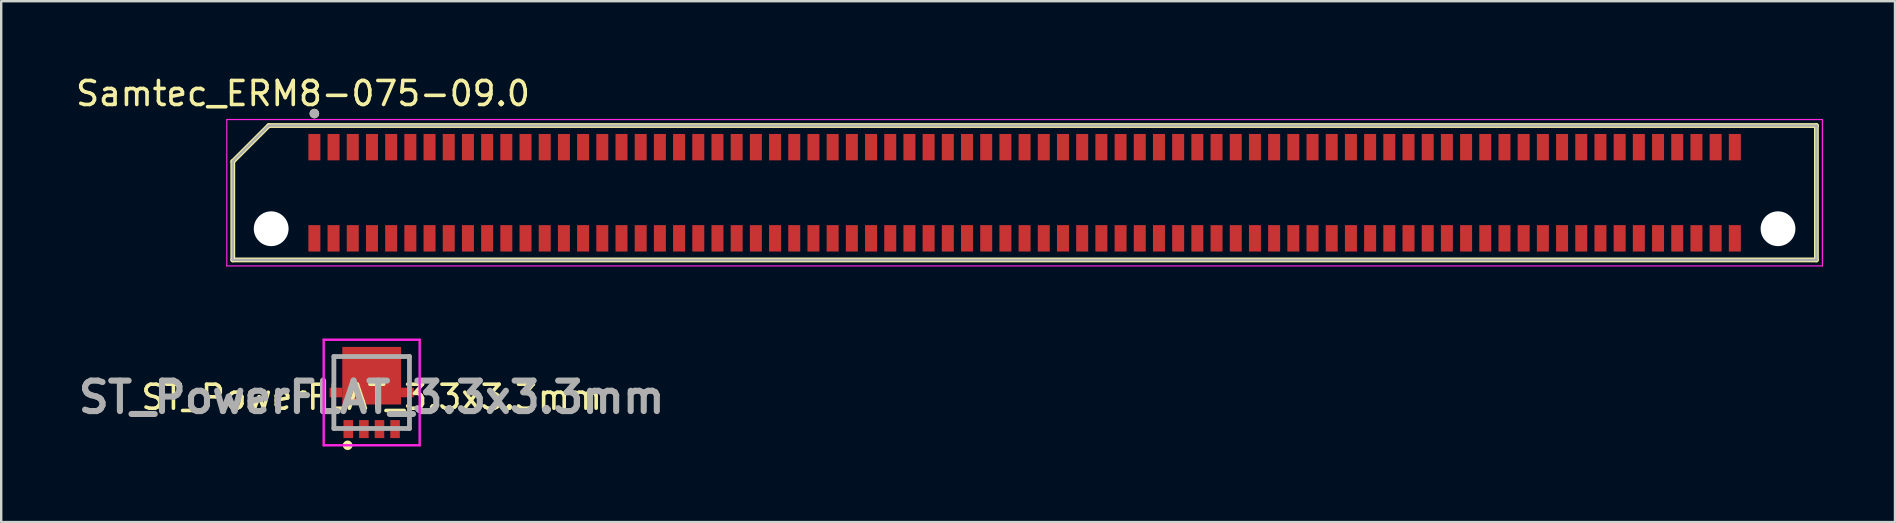
<source format=kicad_pcb>
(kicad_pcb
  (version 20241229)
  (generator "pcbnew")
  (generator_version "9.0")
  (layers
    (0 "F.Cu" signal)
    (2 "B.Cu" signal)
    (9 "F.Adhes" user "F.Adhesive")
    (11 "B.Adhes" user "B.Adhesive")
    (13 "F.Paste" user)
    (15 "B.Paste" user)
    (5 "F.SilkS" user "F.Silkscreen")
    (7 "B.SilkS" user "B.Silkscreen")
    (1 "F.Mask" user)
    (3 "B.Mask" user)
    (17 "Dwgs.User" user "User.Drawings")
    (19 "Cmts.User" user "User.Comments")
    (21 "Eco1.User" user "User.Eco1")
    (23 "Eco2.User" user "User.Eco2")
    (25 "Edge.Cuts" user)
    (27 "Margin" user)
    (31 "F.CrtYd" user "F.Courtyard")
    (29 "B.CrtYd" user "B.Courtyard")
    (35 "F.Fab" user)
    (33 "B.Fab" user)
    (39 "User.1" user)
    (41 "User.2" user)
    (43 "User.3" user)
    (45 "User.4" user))
  (footprint "ST_PowerFLAT_3.3x3.3mm"
    (layer "F.Cu")
    (at 12.44 13.308)
    (property "Reference" "ST_PowerFLAT_3.3x3.3mm" (at 0 0.2 0) (layer "F.SilkS") (effects (font (size 1 1) (thickness 0.15))))
    (attr smd)
    (fp_line (start -1.575 -1.5) (end -1.575 -0.4) (stroke (width 0.1) (type solid)) (layer "F.SilkS"))
    (fp_line (start -1.575 0.4) (end -1.575 1.5) (stroke (width 0.1) (type solid)) (layer "F.SilkS"))
    (fp_line (start -1.575 1.5) (end -1.4 1.5) (stroke (width 0.1) (type solid)) (layer "F.SilkS"))
    (fp_line (start -1.4 -1.5) (end -1.575 -1.5) (stroke (width 0.1) (type solid)) (layer "F.SilkS"))
    (fp_line (start -1.1 2.2) (end -1.1 2.2) (stroke (width 0.2) (type solid)) (layer "F.SilkS"))
    (fp_line (start -0.9 2.2) (end -0.9 2.2) (stroke (width 0.2) (type solid)) (layer "F.SilkS"))
    (fp_line (start 1.4 -1.5) (end 1.575 -1.5) (stroke (width 0.1) (type solid)) (layer "F.SilkS"))
    (fp_line (start 1.575 -1.5) (end 1.575 -0.4) (stroke (width 0.1) (type solid)) (layer "F.SilkS"))
    (fp_line (start 1.575 0.4) (end 1.575 1.5) (stroke (width 0.1) (type solid)) (layer "F.SilkS"))
    (fp_line (start 1.575 1.5) (end 1.4 1.5) (stroke (width 0.1) (type solid)) (layer "F.SilkS"))
    (fp_arc (start -1.1 2.2) (mid -1 2.1) (end -0.9 2.2) (stroke (width 0.2) (type solid)) (layer "F.SilkS"))
    (fp_arc (start -0.9 2.2) (mid -1 2.3) (end -1.1 2.2) (stroke (width 0.2) (type solid)) (layer "F.SilkS"))
    (fp_line (start -2 -2.2) (end 2 -2.2) (stroke (width 0.1) (type solid)) (layer "F.CrtYd"))
    (fp_line (start -2 2.2) (end -2 -2.2) (stroke (width 0.1) (type solid)) (layer "F.CrtYd"))
    (fp_line (start 2 -2.2) (end 2 2.2) (stroke (width 0.1) (type solid)) (layer "F.CrtYd"))
    (fp_line (start 2 2.2) (end -2 2.2) (stroke (width 0.1) (type solid)) (layer "F.CrtYd"))
    (fp_line (start -1.575 -1.5) (end 1.575 -1.5) (stroke (width 0.2) (type solid)) (layer "F.Fab"))
    (fp_line (start -1.575 1.5) (end -1.575 -1.5) (stroke (width 0.2) (type solid)) (layer "F.Fab"))
    (fp_line (start 1.575 -1.5) (end 1.575 1.5) (stroke (width 0.2) (type solid)) (layer "F.Fab"))
    (fp_line (start 1.575 1.5) (end -1.575 1.5) (stroke (width 0.2) (type solid)) (layer "F.Fab"))
    (fp_text user "${REFERENCE}" (at 0 0.2 0) (layer "F.Fab") (effects (font (size 1.27 1.27) (thickness 0.254))))
    (pad "" smd roundrect (at -0.825 -1.509 90) (size 0.619 0.65) (property pad_prop_heatsink) (layers "F.Paste") (roundrect_rratio 0.25))
    (pad "" smd roundrect (at -0.825 -0.7 90) (size 0.65 0.65) (property pad_prop_heatsink) (layers "F.Paste") (roundrect_rratio 0.25))
    (pad "" smd roundrect (at -0.825 0.109 90) (size 0.619 0.65) (property pad_prop_heatsink) (layers "F.Paste") (roundrect_rratio 0.25))
    (pad "" smd roundrect (at 0 -1.509 90) (size 0.619 0.65) (property pad_prop_heatsink) (layers "F.Paste") (roundrect_rratio 0.25))
    (pad "" smd roundrect (at 0 -0.7 90) (size 0.65 0.65) (property pad_prop_heatsink) (layers "F.Paste") (roundrect_rratio 0.25))
    (pad "" smd roundrect (at 0 0.109 90) (size 0.619 0.65) (property pad_prop_heatsink) (layers "F.Paste") (roundrect_rratio 0.25))
    (pad "" smd roundrect (at 0.825 -1.509 90) (size 0.619 0.65) (property pad_prop_heatsink) (layers "F.Paste") (roundrect_rratio 0.25))
    (pad "" smd roundrect (at 0.825 -0.7 90) (size 0.65 0.65) (property pad_prop_heatsink) (layers "F.Paste") (roundrect_rratio 0.25))
    (pad "" smd roundrect (at 0.825 0.109 90) (size 0.619 0.65) (property pad_prop_heatsink) (layers "F.Paste") (roundrect_rratio 0.25))
    (pad "1" smd rect (at -0.975 1.525) (size 0.4 0.75) (layers "F.Cu" "F.Mask" "F.Paste"))
    (pad "2" smd rect (at -0.325 1.525) (size 0.4 0.75) (layers "F.Cu" "F.Mask" "F.Paste"))
    (pad "3" smd rect (at 0.325 1.525) (size 0.4 0.75) (layers "F.Cu" "F.Mask" "F.Paste"))
    (pad "4" smd rect (at 0.975 1.525) (size 0.4 0.75) (layers "F.Cu" "F.Mask" "F.Paste"))
    (pad "5" smd rect (at 0 -0.7 90) (size 2.4 2.45) (layers "F.Cu" "F.Mask"))
    (pad "6" smd rect (at -1.49 0 90) (size 0.4 0.53) (layers "F.Cu" "F.Mask" "F.Paste"))
    (pad "7" smd rect (at 1.49 0 90) (size 0.4 0.53) (layers "F.Cu" "F.Mask" "F.Paste")))
  (footprint "Samtec_ERM8-075-09.0"
    (layer "F.Cu")
    (at 39.652 4.983)
    (property "Reference" "Samtec_ERM8-075-09.0" (at -30.075 -4.135 0) (layer "F.SilkS") (effects (font (size 1 1) (thickness 0.15))))
    (attr smd)
    (fp_line (start -33 -1.3) (end -31.5 -2.8) (stroke (width 0.2) (type solid)) (layer "F.SilkS"))
    (fp_line (start -33 2.8) (end -33 -1.3) (stroke (width 0.2) (type solid)) (layer "F.SilkS"))
    (fp_line (start -31.5 -2.8) (end 33 -2.8) (stroke (width 0.2) (type solid)) (layer "F.SilkS"))
    (fp_line (start 33 -2.8) (end 33 2.8) (stroke (width 0.2) (type solid)) (layer "F.SilkS"))
    (fp_line (start 33 2.8) (end -33 2.8) (stroke (width 0.2) (type solid)) (layer "F.SilkS"))
    (fp_circle (center -29.6 -3.3) (end -29.5 -3.3) (stroke (width 0.2) (type solid)) (fill no) (layer "F.SilkS"))
    (fp_line (start -33.25 -3.05) (end 33.25 -3.05) (stroke (width 0.05) (type solid)) (layer "F.CrtYd"))
    (fp_line (start -33.25 3.05) (end -33.25 -3.05) (stroke (width 0.05) (type solid)) (layer "F.CrtYd"))
    (fp_line (start 33.25 -3.05) (end 33.25 3.05) (stroke (width 0.05) (type solid)) (layer "F.CrtYd"))
    (fp_line (start 33.25 3.05) (end -33.25 3.05) (stroke (width 0.05) (type solid)) (layer "F.CrtYd"))
    (fp_line (start -33 -1.3) (end -31.5 -2.8) (stroke (width 0.1) (type solid)) (layer "F.Fab"))
    (fp_line (start -33 2.8) (end -33 -1.3) (stroke (width 0.1) (type solid)) (layer "F.Fab"))
    (fp_line (start -31.5 -2.8) (end 33 -2.8) (stroke (width 0.1) (type solid)) (layer "F.Fab"))
    (fp_line (start 33 -2.8) (end 33 2.8) (stroke (width 0.1) (type solid)) (layer "F.Fab"))
    (fp_line (start 33 2.8) (end -33 2.8) (stroke (width 0.1) (type solid)) (layer "F.Fab"))
    (fp_circle (center -29.6 -3.3) (end -29.5 -3.3) (stroke (width 0.2) (type solid)) (fill no) (layer "F.Fab"))
    (pad "" np_thru_hole circle (at -31.4 1.5) (size 1.45 1.45) (drill 1.45) (layers "*.Cu" "*.Mask"))
    (pad "" np_thru_hole circle (at 31.4 1.5) (size 1.45 1.45) (drill 1.45) (layers "*.Cu" "*.Mask"))
    (pad "1" smd rect (at -29.6 -1.9) (size 0.5 1.1) (layers "F.Cu" "F.Mask" "F.Paste"))
    (pad "2" smd rect (at -29.6 1.9) (size 0.5 1.1) (layers "F.Cu" "F.Mask" "F.Paste"))
    (pad "3" smd rect (at -28.8 -1.9) (size 0.5 1.1) (layers "F.Cu" "F.Mask" "F.Paste"))
    (pad "4" smd rect (at -28.8 1.9) (size 0.5 1.1) (layers "F.Cu" "F.Mask" "F.Paste"))
    (pad "5" smd rect (at -28 -1.9) (size 0.5 1.1) (layers "F.Cu" "F.Mask" "F.Paste"))
    (pad "6" smd rect (at -28 1.9) (size 0.5 1.1) (layers "F.Cu" "F.Mask" "F.Paste"))
    (pad "7" smd rect (at -27.2 -1.9) (size 0.5 1.1) (layers "F.Cu" "F.Mask" "F.Paste"))
    (pad "8" smd rect (at -27.2 1.9) (size 0.5 1.1) (layers "F.Cu" "F.Mask" "F.Paste"))
    (pad "9" smd rect (at -26.4 -1.9) (size 0.5 1.1) (layers "F.Cu" "F.Mask" "F.Paste"))
    (pad "10" smd rect (at -26.4 1.9) (size 0.5 1.1) (layers "F.Cu" "F.Mask" "F.Paste"))
    (pad "11" smd rect (at -25.6 -1.9) (size 0.5 1.1) (layers "F.Cu" "F.Mask" "F.Paste"))
    (pad "12" smd rect (at -25.6 1.9) (size 0.5 1.1) (layers "F.Cu" "F.Mask" "F.Paste"))
    (pad "13" smd rect (at -24.8 -1.9) (size 0.5 1.1) (layers "F.Cu" "F.Mask" "F.Paste"))
    (pad "14" smd rect (at -24.8 1.9) (size 0.5 1.1) (layers "F.Cu" "F.Mask" "F.Paste"))
    (pad "15" smd rect (at -24 -1.9) (size 0.5 1.1) (layers "F.Cu" "F.Mask" "F.Paste"))
    (pad "16" smd rect (at -24 1.9) (size 0.5 1.1) (layers "F.Cu" "F.Mask" "F.Paste"))
    (pad "17" smd rect (at -23.2 -1.9) (size 0.5 1.1) (layers "F.Cu" "F.Mask" "F.Paste"))
    (pad "18" smd rect (at -23.2 1.9) (size 0.5 1.1) (layers "F.Cu" "F.Mask" "F.Paste"))
    (pad "19" smd rect (at -22.4 -1.9) (size 0.5 1.1) (layers "F.Cu" "F.Mask" "F.Paste"))
    (pad "20" smd rect (at -22.4 1.9) (size 0.5 1.1) (layers "F.Cu" "F.Mask" "F.Paste"))
    (pad "21" smd rect (at -21.6 -1.9) (size 0.5 1.1) (layers "F.Cu" "F.Mask" "F.Paste"))
    (pad "22" smd rect (at -21.6 1.9) (size 0.5 1.1) (layers "F.Cu" "F.Mask" "F.Paste"))
    (pad "23" smd rect (at -20.8 -1.9) (size 0.5 1.1) (layers "F.Cu" "F.Mask" "F.Paste"))
    (pad "24" smd rect (at -20.8 1.9) (size 0.5 1.1) (layers "F.Cu" "F.Mask" "F.Paste"))
    (pad "25" smd rect (at -20 -1.9) (size 0.5 1.1) (layers "F.Cu" "F.Mask" "F.Paste"))
    (pad "26" smd rect (at -20 1.9) (size 0.5 1.1) (layers "F.Cu" "F.Mask" "F.Paste"))
    (pad "27" smd rect (at -19.2 -1.9) (size 0.5 1.1) (layers "F.Cu" "F.Mask" "F.Paste"))
    (pad "28" smd rect (at -19.2 1.9) (size 0.5 1.1) (layers "F.Cu" "F.Mask" "F.Paste"))
    (pad "29" smd rect (at -18.4 -1.9) (size 0.5 1.1) (layers "F.Cu" "F.Mask" "F.Paste"))
    (pad "30" smd rect (at -18.4 1.9) (size 0.5 1.1) (layers "F.Cu" "F.Mask" "F.Paste"))
    (pad "31" smd rect (at -17.6 -1.9) (size 0.5 1.1) (layers "F.Cu" "F.Mask" "F.Paste"))
    (pad "32" smd rect (at -17.6 1.9) (size 0.5 1.1) (layers "F.Cu" "F.Mask" "F.Paste"))
    (pad "33" smd rect (at -16.8 -1.9) (size 0.5 1.1) (layers "F.Cu" "F.Mask" "F.Paste"))
    (pad "34" smd rect (at -16.8 1.9) (size 0.5 1.1) (layers "F.Cu" "F.Mask" "F.Paste"))
    (pad "35" smd rect (at -16 -1.9) (size 0.5 1.1) (layers "F.Cu" "F.Mask" "F.Paste"))
    (pad "36" smd rect (at -16 1.9) (size 0.5 1.1) (layers "F.Cu" "F.Mask" "F.Paste"))
    (pad "37" smd rect (at -15.2 -1.9) (size 0.5 1.1) (layers "F.Cu" "F.Mask" "F.Paste"))
    (pad "38" smd rect (at -15.2 1.9) (size 0.5 1.1) (layers "F.Cu" "F.Mask" "F.Paste"))
    (pad "39" smd rect (at -14.4 -1.9) (size 0.5 1.1) (layers "F.Cu" "F.Mask" "F.Paste"))
    (pad "40" smd rect (at -14.4 1.9) (size 0.5 1.1) (layers "F.Cu" "F.Mask" "F.Paste"))
    (pad "41" smd rect (at -13.6 -1.9) (size 0.5 1.1) (layers "F.Cu" "F.Mask" "F.Paste"))
    (pad "42" smd rect (at -13.6 1.9) (size 0.5 1.1) (layers "F.Cu" "F.Mask" "F.Paste"))
    (pad "43" smd rect (at -12.8 -1.9) (size 0.5 1.1) (layers "F.Cu" "F.Mask" "F.Paste"))
    (pad "44" smd rect (at -12.8 1.9) (size 0.5 1.1) (layers "F.Cu" "F.Mask" "F.Paste"))
    (pad "45" smd rect (at -12 -1.9) (size 0.5 1.1) (layers "F.Cu" "F.Mask" "F.Paste"))
    (pad "46" smd rect (at -12 1.9) (size 0.5 1.1) (layers "F.Cu" "F.Mask" "F.Paste"))
    (pad "47" smd rect (at -11.2 -1.9) (size 0.5 1.1) (layers "F.Cu" "F.Mask" "F.Paste"))
    (pad "48" smd rect (at -11.2 1.9) (size 0.5 1.1) (layers "F.Cu" "F.Mask" "F.Paste"))
    (pad "49" smd rect (at -10.4 -1.9) (size 0.5 1.1) (layers "F.Cu" "F.Mask" "F.Paste"))
    (pad "50" smd rect (at -10.4 1.9) (size 0.5 1.1) (layers "F.Cu" "F.Mask" "F.Paste"))
    (pad "51" smd rect (at -9.6 -1.9) (size 0.5 1.1) (layers "F.Cu" "F.Mask" "F.Paste"))
    (pad "52" smd rect (at -9.6 1.9) (size 0.5 1.1) (layers "F.Cu" "F.Mask" "F.Paste"))
    (pad "53" smd rect (at -8.8 -1.9) (size 0.5 1.1) (layers "F.Cu" "F.Mask" "F.Paste"))
    (pad "54" smd rect (at -8.8 1.9) (size 0.5 1.1) (layers "F.Cu" "F.Mask" "F.Paste"))
    (pad "55" smd rect (at -8 -1.9) (size 0.5 1.1) (layers "F.Cu" "F.Mask" "F.Paste"))
    (pad "56" smd rect (at -8 1.9) (size 0.5 1.1) (layers "F.Cu" "F.Mask" "F.Paste"))
    (pad "57" smd rect (at -7.2 -1.9) (size 0.5 1.1) (layers "F.Cu" "F.Mask" "F.Paste"))
    (pad "58" smd rect (at -7.2 1.9) (size 0.5 1.1) (layers "F.Cu" "F.Mask" "F.Paste"))
    (pad "59" smd rect (at -6.4 -1.9) (size 0.5 1.1) (layers "F.Cu" "F.Mask" "F.Paste"))
    (pad "60" smd rect (at -6.4 1.9) (size 0.5 1.1) (layers "F.Cu" "F.Mask" "F.Paste"))
    (pad "61" smd rect (at -5.6 -1.9) (size 0.5 1.1) (layers "F.Cu" "F.Mask" "F.Paste"))
    (pad "62" smd rect (at -5.6 1.9) (size 0.5 1.1) (layers "F.Cu" "F.Mask" "F.Paste"))
    (pad "63" smd rect (at -4.8 -1.9) (size 0.5 1.1) (layers "F.Cu" "F.Mask" "F.Paste"))
    (pad "64" smd rect (at -4.8 1.9) (size 0.5 1.1) (layers "F.Cu" "F.Mask" "F.Paste"))
    (pad "65" smd rect (at -4 -1.9) (size 0.5 1.1) (layers "F.Cu" "F.Mask" "F.Paste"))
    (pad "66" smd rect (at -4 1.9) (size 0.5 1.1) (layers "F.Cu" "F.Mask" "F.Paste"))
    (pad "67" smd rect (at -3.2 -1.9) (size 0.5 1.1) (layers "F.Cu" "F.Mask" "F.Paste"))
    (pad "68" smd rect (at -3.2 1.9) (size 0.5 1.1) (layers "F.Cu" "F.Mask" "F.Paste"))
    (pad "69" smd rect (at -2.4 -1.9) (size 0.5 1.1) (layers "F.Cu" "F.Mask" "F.Paste"))
    (pad "70" smd rect (at -2.4 1.9) (size 0.5 1.1) (layers "F.Cu" "F.Mask" "F.Paste"))
    (pad "71" smd rect (at -1.6 -1.9) (size 0.5 1.1) (layers "F.Cu" "F.Mask" "F.Paste"))
    (pad "72" smd rect (at -1.6 1.9) (size 0.5 1.1) (layers "F.Cu" "F.Mask" "F.Paste"))
    (pad "73" smd rect (at -0.8 -1.9) (size 0.5 1.1) (layers "F.Cu" "F.Mask" "F.Paste"))
    (pad "74" smd rect (at -0.8 1.9) (size 0.5 1.1) (layers "F.Cu" "F.Mask" "F.Paste"))
    (pad "75" smd rect (at 0 -1.9) (size 0.5 1.1) (layers "F.Cu" "F.Mask" "F.Paste"))
    (pad "76" smd rect (at 0 1.9) (size 0.5 1.1) (layers "F.Cu" "F.Mask" "F.Paste"))
    (pad "77" smd rect (at 0.8 -1.9) (size 0.5 1.1) (layers "F.Cu" "F.Mask" "F.Paste"))
    (pad "78" smd rect (at 0.8 1.9) (size 0.5 1.1) (layers "F.Cu" "F.Mask" "F.Paste"))
    (pad "79" smd rect (at 1.6 -1.9) (size 0.5 1.1) (layers "F.Cu" "F.Mask" "F.Paste"))
    (pad "80" smd rect (at 1.6 1.9) (size 0.5 1.1) (layers "F.Cu" "F.Mask" "F.Paste"))
    (pad "81" smd rect (at 2.4 -1.9) (size 0.5 1.1) (layers "F.Cu" "F.Mask" "F.Paste"))
    (pad "82" smd rect (at 2.4 1.9) (size 0.5 1.1) (layers "F.Cu" "F.Mask" "F.Paste"))
    (pad "83" smd rect (at 3.2 -1.9) (size 0.5 1.1) (layers "F.Cu" "F.Mask" "F.Paste"))
    (pad "84" smd rect (at 3.2 1.9) (size 0.5 1.1) (layers "F.Cu" "F.Mask" "F.Paste"))
    (pad "85" smd rect (at 4 -1.9) (size 0.5 1.1) (layers "F.Cu" "F.Mask" "F.Paste"))
    (pad "86" smd rect (at 4 1.9) (size 0.5 1.1) (layers "F.Cu" "F.Mask" "F.Paste"))
    (pad "87" smd rect (at 4.8 -1.9) (size 0.5 1.1) (layers "F.Cu" "F.Mask" "F.Paste"))
    (pad "88" smd rect (at 4.8 1.9) (size 0.5 1.1) (layers "F.Cu" "F.Mask" "F.Paste"))
    (pad "89" smd rect (at 5.6 -1.9) (size 0.5 1.1) (layers "F.Cu" "F.Mask" "F.Paste"))
    (pad "90" smd rect (at 5.6 1.9) (size 0.5 1.1) (layers "F.Cu" "F.Mask" "F.Paste"))
    (pad "91" smd rect (at 6.4 -1.9) (size 0.5 1.1) (layers "F.Cu" "F.Mask" "F.Paste"))
    (pad "92" smd rect (at 6.4 1.9) (size 0.5 1.1) (layers "F.Cu" "F.Mask" "F.Paste"))
    (pad "93" smd rect (at 7.2 -1.9) (size 0.5 1.1) (layers "F.Cu" "F.Mask" "F.Paste"))
    (pad "94" smd rect (at 7.2 1.9) (size 0.5 1.1) (layers "F.Cu" "F.Mask" "F.Paste"))
    (pad "95" smd rect (at 8 -1.9) (size 0.5 1.1) (layers "F.Cu" "F.Mask" "F.Paste"))
    (pad "96" smd rect (at 8 1.9) (size 0.5 1.1) (layers "F.Cu" "F.Mask" "F.Paste"))
    (pad "97" smd rect (at 8.8 -1.9) (size 0.5 1.1) (layers "F.Cu" "F.Mask" "F.Paste"))
    (pad "98" smd rect (at 8.8 1.9) (size 0.5 1.1) (layers "F.Cu" "F.Mask" "F.Paste"))
    (pad "99" smd rect (at 9.6 -1.9) (size 0.5 1.1) (layers "F.Cu" "F.Mask" "F.Paste"))
    (pad "100" smd rect (at 9.6 1.9) (size 0.5 1.1) (layers "F.Cu" "F.Mask" "F.Paste"))
    (pad "101" smd rect (at 10.4 -1.9) (size 0.5 1.1) (layers "F.Cu" "F.Mask" "F.Paste"))
    (pad "102" smd rect (at 10.4 1.9) (size 0.5 1.1) (layers "F.Cu" "F.Mask" "F.Paste"))
    (pad "103" smd rect (at 11.2 -1.9) (size 0.5 1.1) (layers "F.Cu" "F.Mask" "F.Paste"))
    (pad "104" smd rect (at 11.2 1.9) (size 0.5 1.1) (layers "F.Cu" "F.Mask" "F.Paste"))
    (pad "105" smd rect (at 12 -1.9) (size 0.5 1.1) (layers "F.Cu" "F.Mask" "F.Paste"))
    (pad "106" smd rect (at 12 1.9) (size 0.5 1.1) (layers "F.Cu" "F.Mask" "F.Paste"))
    (pad "107" smd rect (at 12.8 -1.9) (size 0.5 1.1) (layers "F.Cu" "F.Mask" "F.Paste"))
    (pad "108" smd rect (at 12.8 1.9) (size 0.5 1.1) (layers "F.Cu" "F.Mask" "F.Paste"))
    (pad "109" smd rect (at 13.6 -1.9) (size 0.5 1.1) (layers "F.Cu" "F.Mask" "F.Paste"))
    (pad "110" smd rect (at 13.6 1.9) (size 0.5 1.1) (layers "F.Cu" "F.Mask" "F.Paste"))
    (pad "111" smd rect (at 14.4 -1.9) (size 0.5 1.1) (layers "F.Cu" "F.Mask" "F.Paste"))
    (pad "112" smd rect (at 14.4 1.9) (size 0.5 1.1) (layers "F.Cu" "F.Mask" "F.Paste"))
    (pad "113" smd rect (at 15.2 -1.9) (size 0.5 1.1) (layers "F.Cu" "F.Mask" "F.Paste"))
    (pad "114" smd rect (at 15.2 1.9) (size 0.5 1.1) (layers "F.Cu" "F.Mask" "F.Paste"))
    (pad "115" smd rect (at 16 -1.9) (size 0.5 1.1) (layers "F.Cu" "F.Mask" "F.Paste"))
    (pad "116" smd rect (at 16 1.9) (size 0.5 1.1) (layers "F.Cu" "F.Mask" "F.Paste"))
    (pad "117" smd rect (at 16.8 -1.9) (size 0.5 1.1) (layers "F.Cu" "F.Mask" "F.Paste"))
    (pad "118" smd rect (at 16.8 1.9) (size 0.5 1.1) (layers "F.Cu" "F.Mask" "F.Paste"))
    (pad "119" smd rect (at 17.6 -1.9) (size 0.5 1.1) (layers "F.Cu" "F.Mask" "F.Paste"))
    (pad "120" smd rect (at 17.6 1.9) (size 0.5 1.1) (layers "F.Cu" "F.Mask" "F.Paste"))
    (pad "121" smd rect (at 18.4 -1.9) (size 0.5 1.1) (layers "F.Cu" "F.Mask" "F.Paste"))
    (pad "122" smd rect (at 18.4 1.9) (size 0.5 1.1) (layers "F.Cu" "F.Mask" "F.Paste"))
    (pad "123" smd rect (at 19.2 -1.9) (size 0.5 1.1) (layers "F.Cu" "F.Mask" "F.Paste"))
    (pad "124" smd rect (at 19.2 1.9) (size 0.5 1.1) (layers "F.Cu" "F.Mask" "F.Paste"))
    (pad "125" smd rect (at 20 -1.9) (size 0.5 1.1) (layers "F.Cu" "F.Mask" "F.Paste"))
    (pad "126" smd rect (at 20 1.9) (size 0.5 1.1) (layers "F.Cu" "F.Mask" "F.Paste"))
    (pad "127" smd rect (at 20.8 -1.9) (size 0.5 1.1) (layers "F.Cu" "F.Mask" "F.Paste"))
    (pad "128" smd rect (at 20.8 1.9) (size 0.5 1.1) (layers "F.Cu" "F.Mask" "F.Paste"))
    (pad "129" smd rect (at 21.6 -1.9) (size 0.5 1.1) (layers "F.Cu" "F.Mask" "F.Paste"))
    (pad "130" smd rect (at 21.6 1.9) (size 0.5 1.1) (layers "F.Cu" "F.Mask" "F.Paste"))
    (pad "131" smd rect (at 22.4 -1.9) (size 0.5 1.1) (layers "F.Cu" "F.Mask" "F.Paste"))
    (pad "132" smd rect (at 22.4 1.9) (size 0.5 1.1) (layers "F.Cu" "F.Mask" "F.Paste"))
    (pad "133" smd rect (at 23.2 -1.9) (size 0.5 1.1) (layers "F.Cu" "F.Mask" "F.Paste"))
    (pad "134" smd rect (at 23.2 1.9) (size 0.5 1.1) (layers "F.Cu" "F.Mask" "F.Paste"))
    (pad "135" smd rect (at 24 -1.9) (size 0.5 1.1) (layers "F.Cu" "F.Mask" "F.Paste"))
    (pad "136" smd rect (at 24 1.9) (size 0.5 1.1) (layers "F.Cu" "F.Mask" "F.Paste"))
    (pad "137" smd rect (at 24.8 -1.9) (size 0.5 1.1) (layers "F.Cu" "F.Mask" "F.Paste"))
    (pad "138" smd rect (at 24.8 1.9) (size 0.5 1.1) (layers "F.Cu" "F.Mask" "F.Paste"))
    (pad "139" smd rect (at 25.6 -1.9) (size 0.5 1.1) (layers "F.Cu" "F.Mask" "F.Paste"))
    (pad "140" smd rect (at 25.6 1.9) (size 0.5 1.1) (layers "F.Cu" "F.Mask" "F.Paste"))
    (pad "141" smd rect (at 26.4 -1.9) (size 0.5 1.1) (layers "F.Cu" "F.Mask" "F.Paste"))
    (pad "142" smd rect (at 26.4 1.9) (size 0.5 1.1) (layers "F.Cu" "F.Mask" "F.Paste"))
    (pad "143" smd rect (at 27.2 -1.9) (size 0.5 1.1) (layers "F.Cu" "F.Mask" "F.Paste"))
    (pad "144" smd rect (at 27.2 1.9) (size 0.5 1.1) (layers "F.Cu" "F.Mask" "F.Paste"))
    (pad "145" smd rect (at 28 -1.9) (size 0.5 1.1) (layers "F.Cu" "F.Mask" "F.Paste"))
    (pad "146" smd rect (at 28 1.9) (size 0.5 1.1) (layers "F.Cu" "F.Mask" "F.Paste"))
    (pad "147" smd rect (at 28.8 -1.9) (size 0.5 1.1) (layers "F.Cu" "F.Mask" "F.Paste"))
    (pad "148" smd rect (at 28.8 1.9) (size 0.5 1.1) (layers "F.Cu" "F.Mask" "F.Paste"))
    (pad "149" smd rect (at 29.6 -1.9) (size 0.5 1.1) (layers "F.Cu" "F.Mask" "F.Paste"))
    (pad "150" smd rect (at 29.6 1.9) (size 0.5 1.1) (layers "F.Cu" "F.Mask" "F.Paste")))
  (gr_rect
    (start -3 -3)
    (end 75.927 18.708)
    (stroke (width 0.1) (type default))
    (fill no)
    (layer "Edge.Cuts")))
</source>
